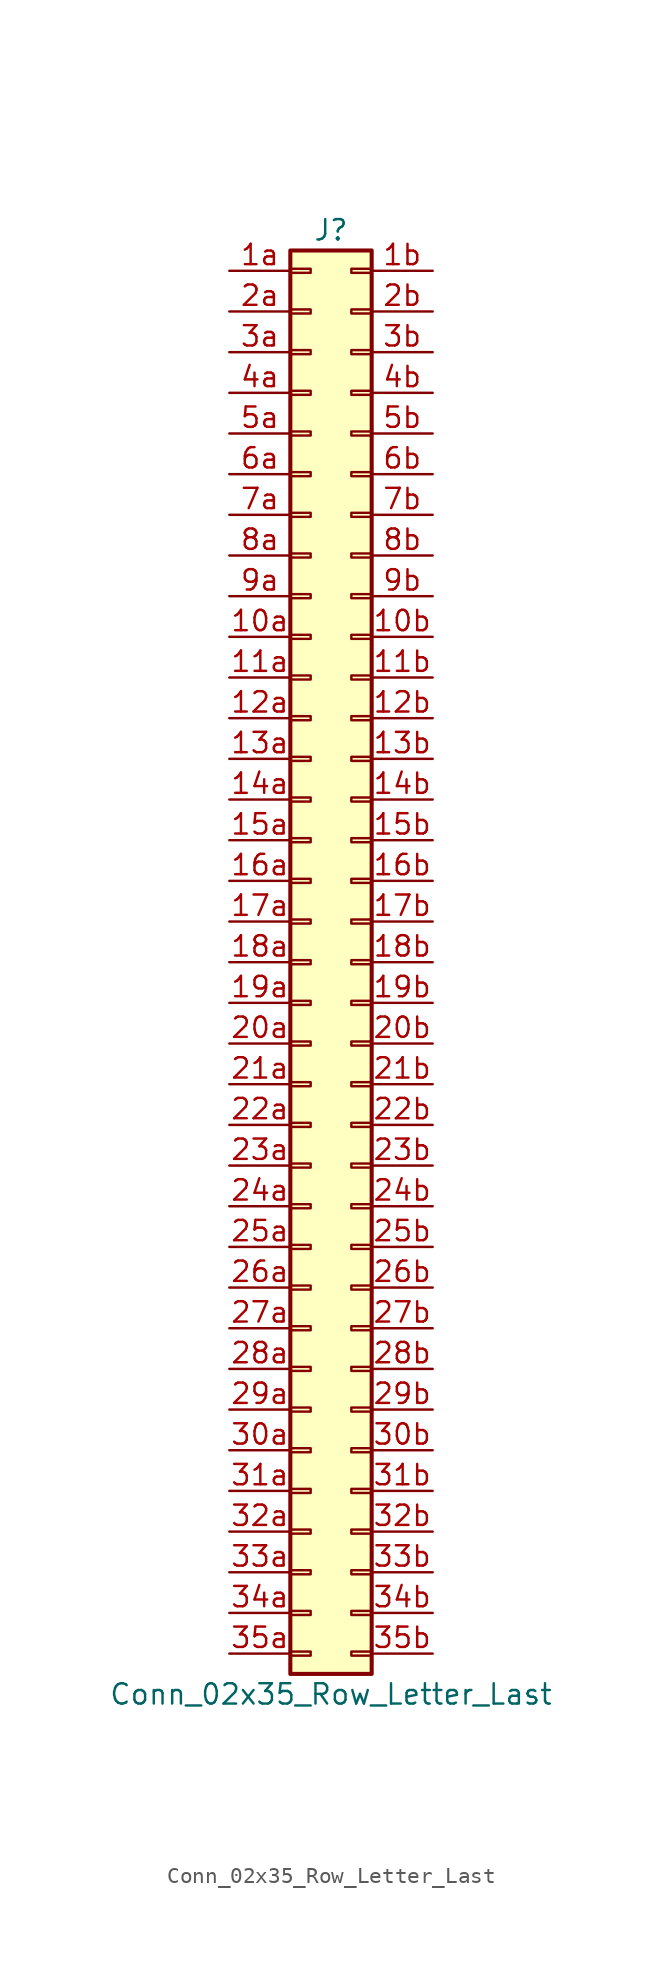
<source format=kicad_sym>
(kicad_symbol_lib
  (version 20201005)
  (generator kicad_symbol_editor)
  (symbol "Conn_02x35_Row_Letter_Last"
    (pin_names
      (offset 1.016) hide)
    (property "Reference" "J"
      (at 1.27 45.72 0)
      (effects (font (size 1.27 1.27))))
    (property "Value" "Conn_02x35_Row_Letter_Last"
      (at 1.27 -45.72 0)
      (effects (font (size 1.27 1.27))))
    (symbol "Conn_02x35_Row_Letter_Last_1_1"
      (rectangle (start -1.27 -43.053) (end 0 -43.307) (stroke (width 0.152)) (fill (type none)))
      (rectangle (start -1.27 -40.513) (end 0 -40.767) (stroke (width 0.152)) (fill (type none)))
      (rectangle (start -1.27 -37.973) (end 0 -38.227) (stroke (width 0.152)) (fill (type none)))
      (rectangle (start -1.27 -35.433) (end 0 -35.687) (stroke (width 0.152)) (fill (type none)))
      (rectangle (start -1.27 -32.893) (end 0 -33.147) (stroke (width 0.152)) (fill (type none)))
      (rectangle (start -1.27 -30.353) (end 0 -30.607) (stroke (width 0.152)) (fill (type none)))
      (rectangle (start -1.27 -27.813) (end 0 -28.067) (stroke (width 0.152)) (fill (type none)))
      (rectangle (start -1.27 -25.273) (end 0 -25.527) (stroke (width 0.152)) (fill (type none)))
      (rectangle (start -1.27 -22.733) (end 0 -22.987) (stroke (width 0.152)) (fill (type none)))
      (rectangle (start -1.27 -20.193) (end 0 -20.447) (stroke (width 0.152)) (fill (type none)))
      (rectangle (start -1.27 -17.653) (end 0 -17.907) (stroke (width 0.152)) (fill (type none)))
      (rectangle (start -1.27 -15.113) (end 0 -15.367) (stroke (width 0.152)) (fill (type none)))
      (rectangle (start -1.27 -12.573) (end 0 -12.827) (stroke (width 0.152)) (fill (type none)))
      (rectangle (start -1.27 -10.033) (end 0 -10.287) (stroke (width 0.152)) (fill (type none)))
      (rectangle (start -1.27 -7.493) (end 0 -7.747) (stroke (width 0.152)) (fill (type none)))
      (rectangle (start -1.27 -4.953) (end 0 -5.207) (stroke (width 0.152)) (fill (type none)))
      (rectangle (start -1.27 -2.413) (end 0 -2.667) (stroke (width 0.152)) (fill (type none)))
      (rectangle (start -1.27 0.127) (end 0 -0.127) (stroke (width 0.152)) (fill (type none)))
      (rectangle (start -1.27 2.667) (end 0 2.413) (stroke (width 0.152)) (fill (type none)))
      (rectangle (start -1.27 5.207) (end 0 4.953) (stroke (width 0.152)) (fill (type none)))
      (rectangle (start -1.27 7.747) (end 0 7.493) (stroke (width 0.152)) (fill (type none)))
      (rectangle (start -1.27 10.287) (end 0 10.033) (stroke (width 0.152)) (fill (type none)))
      (rectangle (start -1.27 12.827) (end 0 12.573) (stroke (width 0.152)) (fill (type none)))
      (rectangle (start -1.27 15.367) (end 0 15.113) (stroke (width 0.152)) (fill (type none)))
      (rectangle (start -1.27 17.907) (end 0 17.653) (stroke (width 0.152)) (fill (type none)))
      (rectangle (start -1.27 20.447) (end 0 20.193) (stroke (width 0.152)) (fill (type none)))
      (rectangle (start -1.27 22.987) (end 0 22.733) (stroke (width 0.152)) (fill (type none)))
      (rectangle (start -1.27 25.527) (end 0 25.273) (stroke (width 0.152)) (fill (type none)))
      (rectangle (start -1.27 28.067) (end 0 27.813) (stroke (width 0.152)) (fill (type none)))
      (rectangle (start -1.27 30.607) (end 0 30.353) (stroke (width 0.152)) (fill (type none)))
      (rectangle (start -1.27 33.147) (end 0 32.893) (stroke (width 0.152)) (fill (type none)))
      (rectangle (start -1.27 35.687) (end 0 35.433) (stroke (width 0.152)) (fill (type none)))
      (rectangle (start -1.27 38.227) (end 0 37.973) (stroke (width 0.152)) (fill (type none)))
      (rectangle (start -1.27 40.767) (end 0 40.513) (stroke (width 0.152)) (fill (type none)))
      (rectangle (start -1.27 43.307) (end 0 43.053) (stroke (width 0.152)) (fill (type none)))
      (rectangle (start -1.27 44.45) (end 3.81 -44.45) (stroke (width 0.254)) (fill (type background)))
      (rectangle (start 3.81 -43.053) (end 2.54 -43.307) (stroke (width 0.152)) (fill (type none)))
      (rectangle (start 3.81 -40.513) (end 2.54 -40.767) (stroke (width 0.152)) (fill (type none)))
      (rectangle (start 3.81 -37.973) (end 2.54 -38.227) (stroke (width 0.152)) (fill (type none)))
      (rectangle (start 3.81 -35.433) (end 2.54 -35.687) (stroke (width 0.152)) (fill (type none)))
      (rectangle (start 3.81 -32.893) (end 2.54 -33.147) (stroke (width 0.152)) (fill (type none)))
      (rectangle (start 3.81 -30.353) (end 2.54 -30.607) (stroke (width 0.152)) (fill (type none)))
      (rectangle (start 3.81 -27.813) (end 2.54 -28.067) (stroke (width 0.152)) (fill (type none)))
      (rectangle (start 3.81 -25.273) (end 2.54 -25.527) (stroke (width 0.152)) (fill (type none)))
      (rectangle (start 3.81 -22.733) (end 2.54 -22.987) (stroke (width 0.152)) (fill (type none)))
      (rectangle (start 3.81 -20.193) (end 2.54 -20.447) (stroke (width 0.152)) (fill (type none)))
      (rectangle (start 3.81 -17.653) (end 2.54 -17.907) (stroke (width 0.152)) (fill (type none)))
      (rectangle (start 3.81 -15.113) (end 2.54 -15.367) (stroke (width 0.152)) (fill (type none)))
      (rectangle (start 3.81 -12.573) (end 2.54 -12.827) (stroke (width 0.152)) (fill (type none)))
      (rectangle (start 3.81 -10.033) (end 2.54 -10.287) (stroke (width 0.152)) (fill (type none)))
      (rectangle (start 3.81 -7.493) (end 2.54 -7.747) (stroke (width 0.152)) (fill (type none)))
      (rectangle (start 3.81 -4.953) (end 2.54 -5.207) (stroke (width 0.152)) (fill (type none)))
      (rectangle (start 3.81 -2.413) (end 2.54 -2.667) (stroke (width 0.152)) (fill (type none)))
      (rectangle (start 3.81 0.127) (end 2.54 -0.127) (stroke (width 0.152)) (fill (type none)))
      (rectangle (start 3.81 2.667) (end 2.54 2.413) (stroke (width 0.152)) (fill (type none)))
      (rectangle (start 3.81 5.207) (end 2.54 4.953) (stroke (width 0.152)) (fill (type none)))
      (rectangle (start 3.81 7.747) (end 2.54 7.493) (stroke (width 0.152)) (fill (type none)))
      (rectangle (start 3.81 10.287) (end 2.54 10.033) (stroke (width 0.152)) (fill (type none)))
      (rectangle (start 3.81 12.827) (end 2.54 12.573) (stroke (width 0.152)) (fill (type none)))
      (rectangle (start 3.81 15.367) (end 2.54 15.113) (stroke (width 0.152)) (fill (type none)))
      (rectangle (start 3.81 17.907) (end 2.54 17.653) (stroke (width 0.152)) (fill (type none)))
      (rectangle (start 3.81 20.447) (end 2.54 20.193) (stroke (width 0.152)) (fill (type none)))
      (rectangle (start 3.81 22.987) (end 2.54 22.733) (stroke (width 0.152)) (fill (type none)))
      (rectangle (start 3.81 25.527) (end 2.54 25.273) (stroke (width 0.152)) (fill (type none)))
      (rectangle (start 3.81 28.067) (end 2.54 27.813) (stroke (width 0.152)) (fill (type none)))
      (rectangle (start 3.81 30.607) (end 2.54 30.353) (stroke (width 0.152)) (fill (type none)))
      (rectangle (start 3.81 33.147) (end 2.54 32.893) (stroke (width 0.152)) (fill (type none)))
      (rectangle (start 3.81 35.687) (end 2.54 35.433) (stroke (width 0.152)) (fill (type none)))
      (rectangle (start 3.81 38.227) (end 2.54 37.973) (stroke (width 0.152)) (fill (type none)))
      (rectangle (start 3.81 40.767) (end 2.54 40.513) (stroke (width 0.152)) (fill (type none)))
      (rectangle (start 3.81 43.307) (end 2.54 43.053) (stroke (width 0.152)) (fill (type none)))
      (pin passive line (at -5.08 20.32 0) (length 3.81) (name "Pin_10a" (effects (font (size 1.27 1.27)))) (number "10a" (effects (font (size 1.27 1.27)))))
      (pin passive line (at 7.62 20.32 180) (length 3.81) (name "Pin_10b" (effects (font (size 1.27 1.27)))) (number "10b" (effects (font (size 1.27 1.27)))))
      (pin passive line (at -5.08 17.78 0) (length 3.81) (name "Pin_11a" (effects (font (size 1.27 1.27)))) (number "11a" (effects (font (size 1.27 1.27)))))
      (pin passive line (at 7.62 17.78 180) (length 3.81) (name "Pin_11b" (effects (font (size 1.27 1.27)))) (number "11b" (effects (font (size 1.27 1.27)))))
      (pin passive line (at -5.08 15.24 0) (length 3.81) (name "Pin_12a" (effects (font (size 1.27 1.27)))) (number "12a" (effects (font (size 1.27 1.27)))))
      (pin passive line (at 7.62 15.24 180) (length 3.81) (name "Pin_12b" (effects (font (size 1.27 1.27)))) (number "12b" (effects (font (size 1.27 1.27)))))
      (pin passive line (at -5.08 12.7 0) (length 3.81) (name "Pin_13a" (effects (font (size 1.27 1.27)))) (number "13a" (effects (font (size 1.27 1.27)))))
      (pin passive line (at 7.62 12.7 180) (length 3.81) (name "Pin_13b" (effects (font (size 1.27 1.27)))) (number "13b" (effects (font (size 1.27 1.27)))))
      (pin passive line (at -5.08 10.16 0) (length 3.81) (name "Pin_14a" (effects (font (size 1.27 1.27)))) (number "14a" (effects (font (size 1.27 1.27)))))
      (pin passive line (at 7.62 10.16 180) (length 3.81) (name "Pin_14b" (effects (font (size 1.27 1.27)))) (number "14b" (effects (font (size 1.27 1.27)))))
      (pin passive line (at -5.08 7.62 0) (length 3.81) (name "Pin_15a" (effects (font (size 1.27 1.27)))) (number "15a" (effects (font (size 1.27 1.27)))))
      (pin passive line (at 7.62 7.62 180) (length 3.81) (name "Pin_15b" (effects (font (size 1.27 1.27)))) (number "15b" (effects (font (size 1.27 1.27)))))
      (pin passive line (at -5.08 5.08 0) (length 3.81) (name "Pin_16a" (effects (font (size 1.27 1.27)))) (number "16a" (effects (font (size 1.27 1.27)))))
      (pin passive line (at 7.62 5.08 180) (length 3.81) (name "Pin_16b" (effects (font (size 1.27 1.27)))) (number "16b" (effects (font (size 1.27 1.27)))))
      (pin passive line (at -5.08 2.54 0) (length 3.81) (name "Pin_17a" (effects (font (size 1.27 1.27)))) (number "17a" (effects (font (size 1.27 1.27)))))
      (pin passive line (at 7.62 2.54 180) (length 3.81) (name "Pin_17b" (effects (font (size 1.27 1.27)))) (number "17b" (effects (font (size 1.27 1.27)))))
      (pin passive line (at -5.08 0 0) (length 3.81) (name "Pin_18a" (effects (font (size 1.27 1.27)))) (number "18a" (effects (font (size 1.27 1.27)))))
      (pin passive line (at 7.62 0 180) (length 3.81) (name "Pin_18b" (effects (font (size 1.27 1.27)))) (number "18b" (effects (font (size 1.27 1.27)))))
      (pin passive line (at -5.08 -2.54 0) (length 3.81) (name "Pin_19a" (effects (font (size 1.27 1.27)))) (number "19a" (effects (font (size 1.27 1.27)))))
      (pin passive line (at 7.62 -2.54 180) (length 3.81) (name "Pin_19b" (effects (font (size 1.27 1.27)))) (number "19b" (effects (font (size 1.27 1.27)))))
      (pin passive line (at -5.08 43.18 0) (length 3.81) (name "Pin_1a" (effects (font (size 1.27 1.27)))) (number "1a" (effects (font (size 1.27 1.27)))))
      (pin passive line (at 7.62 43.18 180) (length 3.81) (name "Pin_1b" (effects (font (size 1.27 1.27)))) (number "1b" (effects (font (size 1.27 1.27)))))
      (pin passive line (at -5.08 -5.08 0) (length 3.81) (name "Pin_20a" (effects (font (size 1.27 1.27)))) (number "20a" (effects (font (size 1.27 1.27)))))
      (pin passive line (at 7.62 -5.08 180) (length 3.81) (name "Pin_20b" (effects (font (size 1.27 1.27)))) (number "20b" (effects (font (size 1.27 1.27)))))
      (pin passive line (at -5.08 -7.62 0) (length 3.81) (name "Pin_21a" (effects (font (size 1.27 1.27)))) (number "21a" (effects (font (size 1.27 1.27)))))
      (pin passive line (at 7.62 -7.62 180) (length 3.81) (name "Pin_21b" (effects (font (size 1.27 1.27)))) (number "21b" (effects (font (size 1.27 1.27)))))
      (pin passive line (at -5.08 -10.16 0) (length 3.81) (name "Pin_22a" (effects (font (size 1.27 1.27)))) (number "22a" (effects (font (size 1.27 1.27)))))
      (pin passive line (at 7.62 -10.16 180) (length 3.81) (name "Pin_22b" (effects (font (size 1.27 1.27)))) (number "22b" (effects (font (size 1.27 1.27)))))
      (pin passive line (at -5.08 -12.7 0) (length 3.81) (name "Pin_23a" (effects (font (size 1.27 1.27)))) (number "23a" (effects (font (size 1.27 1.27)))))
      (pin passive line (at 7.62 -12.7 180) (length 3.81) (name "Pin_23b" (effects (font (size 1.27 1.27)))) (number "23b" (effects (font (size 1.27 1.27)))))
      (pin passive line (at -5.08 -15.24 0) (length 3.81) (name "Pin_24a" (effects (font (size 1.27 1.27)))) (number "24a" (effects (font (size 1.27 1.27)))))
      (pin passive line (at 7.62 -15.24 180) (length 3.81) (name "Pin_24b" (effects (font (size 1.27 1.27)))) (number "24b" (effects (font (size 1.27 1.27)))))
      (pin passive line (at -5.08 -17.78 0) (length 3.81) (name "Pin_25a" (effects (font (size 1.27 1.27)))) (number "25a" (effects (font (size 1.27 1.27)))))
      (pin passive line (at 7.62 -17.78 180) (length 3.81) (name "Pin_25b" (effects (font (size 1.27 1.27)))) (number "25b" (effects (font (size 1.27 1.27)))))
      (pin passive line (at -5.08 -20.32 0) (length 3.81) (name "Pin_26a" (effects (font (size 1.27 1.27)))) (number "26a" (effects (font (size 1.27 1.27)))))
      (pin passive line (at 7.62 -20.32 180) (length 3.81) (name "Pin_26b" (effects (font (size 1.27 1.27)))) (number "26b" (effects (font (size 1.27 1.27)))))
      (pin passive line (at -5.08 -22.86 0) (length 3.81) (name "Pin_27a" (effects (font (size 1.27 1.27)))) (number "27a" (effects (font (size 1.27 1.27)))))
      (pin passive line (at 7.62 -22.86 180) (length 3.81) (name "Pin_27b" (effects (font (size 1.27 1.27)))) (number "27b" (effects (font (size 1.27 1.27)))))
      (pin passive line (at -5.08 -25.4 0) (length 3.81) (name "Pin_28a" (effects (font (size 1.27 1.27)))) (number "28a" (effects (font (size 1.27 1.27)))))
      (pin passive line (at 7.62 -25.4 180) (length 3.81) (name "Pin_28b" (effects (font (size 1.27 1.27)))) (number "28b" (effects (font (size 1.27 1.27)))))
      (pin passive line (at -5.08 -27.94 0) (length 3.81) (name "Pin_29a" (effects (font (size 1.27 1.27)))) (number "29a" (effects (font (size 1.27 1.27)))))
      (pin passive line (at 7.62 -27.94 180) (length 3.81) (name "Pin_29b" (effects (font (size 1.27 1.27)))) (number "29b" (effects (font (size 1.27 1.27)))))
      (pin passive line (at -5.08 40.64 0) (length 3.81) (name "Pin_2a" (effects (font (size 1.27 1.27)))) (number "2a" (effects (font (size 1.27 1.27)))))
      (pin passive line (at 7.62 40.64 180) (length 3.81) (name "Pin_2b" (effects (font (size 1.27 1.27)))) (number "2b" (effects (font (size 1.27 1.27)))))
      (pin passive line (at -5.08 -30.48 0) (length 3.81) (name "Pin_30a" (effects (font (size 1.27 1.27)))) (number "30a" (effects (font (size 1.27 1.27)))))
      (pin passive line (at 7.62 -30.48 180) (length 3.81) (name "Pin_30b" (effects (font (size 1.27 1.27)))) (number "30b" (effects (font (size 1.27 1.27)))))
      (pin passive line (at -5.08 -33.02 0) (length 3.81) (name "Pin_31a" (effects (font (size 1.27 1.27)))) (number "31a" (effects (font (size 1.27 1.27)))))
      (pin passive line (at 7.62 -33.02 180) (length 3.81) (name "Pin_31b" (effects (font (size 1.27 1.27)))) (number "31b" (effects (font (size 1.27 1.27)))))
      (pin passive line (at -5.08 -35.56 0) (length 3.81) (name "Pin_32a" (effects (font (size 1.27 1.27)))) (number "32a" (effects (font (size 1.27 1.27)))))
      (pin passive line (at 7.62 -35.56 180) (length 3.81) (name "Pin_32b" (effects (font (size 1.27 1.27)))) (number "32b" (effects (font (size 1.27 1.27)))))
      (pin passive line (at -5.08 -38.1 0) (length 3.81) (name "Pin_33a" (effects (font (size 1.27 1.27)))) (number "33a" (effects (font (size 1.27 1.27)))))
      (pin passive line (at 7.62 -38.1 180) (length 3.81) (name "Pin_33b" (effects (font (size 1.27 1.27)))) (number "33b" (effects (font (size 1.27 1.27)))))
      (pin passive line (at -5.08 -40.64 0) (length 3.81) (name "Pin_34a" (effects (font (size 1.27 1.27)))) (number "34a" (effects (font (size 1.27 1.27)))))
      (pin passive line (at 7.62 -40.64 180) (length 3.81) (name "Pin_34b" (effects (font (size 1.27 1.27)))) (number "34b" (effects (font (size 1.27 1.27)))))
      (pin passive line (at -5.08 -43.18 0) (length 3.81) (name "Pin_35a" (effects (font (size 1.27 1.27)))) (number "35a" (effects (font (size 1.27 1.27)))))
      (pin passive line (at 7.62 -43.18 180) (length 3.81) (name "Pin_35b" (effects (font (size 1.27 1.27)))) (number "35b" (effects (font (size 1.27 1.27)))))
      (pin passive line (at -5.08 38.1 0) (length 3.81) (name "Pin_3a" (effects (font (size 1.27 1.27)))) (number "3a" (effects (font (size 1.27 1.27)))))
      (pin passive line (at 7.62 38.1 180) (length 3.81) (name "Pin_3b" (effects (font (size 1.27 1.27)))) (number "3b" (effects (font (size 1.27 1.27)))))
      (pin passive line (at -5.08 35.56 0) (length 3.81) (name "Pin_4a" (effects (font (size 1.27 1.27)))) (number "4a" (effects (font (size 1.27 1.27)))))
      (pin passive line (at 7.62 35.56 180) (length 3.81) (name "Pin_4b" (effects (font (size 1.27 1.27)))) (number "4b" (effects (font (size 1.27 1.27)))))
      (pin passive line (at -5.08 33.02 0) (length 3.81) (name "Pin_5a" (effects (font (size 1.27 1.27)))) (number "5a" (effects (font (size 1.27 1.27)))))
      (pin passive line (at 7.62 33.02 180) (length 3.81) (name "Pin_5b" (effects (font (size 1.27 1.27)))) (number "5b" (effects (font (size 1.27 1.27)))))
      (pin passive line (at -5.08 30.48 0) (length 3.81) (name "Pin_6a" (effects (font (size 1.27 1.27)))) (number "6a" (effects (font (size 1.27 1.27)))))
      (pin passive line (at 7.62 30.48 180) (length 3.81) (name "Pin_6b" (effects (font (size 1.27 1.27)))) (number "6b" (effects (font (size 1.27 1.27)))))
      (pin passive line (at -5.08 27.94 0) (length 3.81) (name "Pin_7a" (effects (font (size 1.27 1.27)))) (number "7a" (effects (font (size 1.27 1.27)))))
      (pin passive line (at 7.62 27.94 180) (length 3.81) (name "Pin_7b" (effects (font (size 1.27 1.27)))) (number "7b" (effects (font (size 1.27 1.27)))))
      (pin passive line (at -5.08 25.4 0) (length 3.81) (name "Pin_8a" (effects (font (size 1.27 1.27)))) (number "8a" (effects (font (size 1.27 1.27)))))
      (pin passive line (at 7.62 25.4 180) (length 3.81) (name "Pin_8b" (effects (font (size 1.27 1.27)))) (number "8b" (effects (font (size 1.27 1.27)))))
      (pin passive line (at -5.08 22.86 0) (length 3.81) (name "Pin_9a" (effects (font (size 1.27 1.27)))) (number "9a" (effects (font (size 1.27 1.27)))))
      (pin passive line (at 7.62 22.86 180) (length 3.81) (name "Pin_9b" (effects (font (size 1.27 1.27)))) (number "9b" (effects (font (size 1.27 1.27))))))))
</source>
